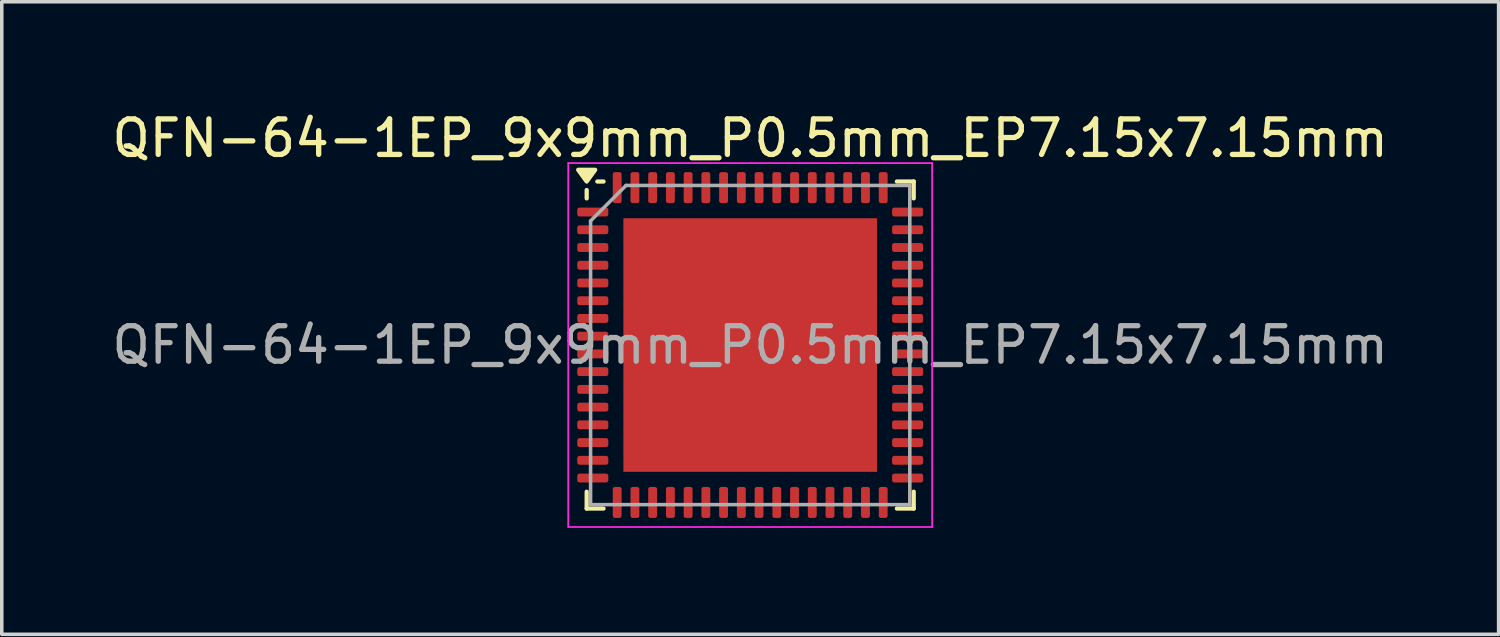
<source format=kicad_pcb>
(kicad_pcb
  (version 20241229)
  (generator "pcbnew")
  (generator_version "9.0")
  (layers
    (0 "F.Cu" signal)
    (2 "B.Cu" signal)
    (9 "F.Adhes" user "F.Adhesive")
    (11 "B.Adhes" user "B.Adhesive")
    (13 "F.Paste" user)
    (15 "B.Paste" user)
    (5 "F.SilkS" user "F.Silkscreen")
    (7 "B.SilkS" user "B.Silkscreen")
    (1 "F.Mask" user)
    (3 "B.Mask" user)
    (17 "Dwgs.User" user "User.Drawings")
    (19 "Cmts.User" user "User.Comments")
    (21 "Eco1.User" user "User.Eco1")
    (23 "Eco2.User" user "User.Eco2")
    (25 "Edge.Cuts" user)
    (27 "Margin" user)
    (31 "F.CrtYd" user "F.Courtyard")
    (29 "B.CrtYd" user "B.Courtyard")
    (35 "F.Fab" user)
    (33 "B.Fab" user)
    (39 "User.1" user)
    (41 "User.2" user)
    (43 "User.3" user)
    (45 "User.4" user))
  (footprint "QFN-64-1EP_9x9mm_P0.5mm_EP7.15x7.15mm"
    (layer "F.Cu")
    (at 18.101 6.678)
    (property "Reference" "QFN-64-1EP_9x9mm_P0.5mm_EP7.15x7.15mm" (at 0 -5.83 0) (layer "F.SilkS") (effects (font (size 1 1) (thickness 0.15))))
    (attr smd)
    (fp_line (start -4.61 -4.135) (end -4.61 -4.37) (stroke (width 0.12) (type solid)) (layer "F.SilkS"))
    (fp_line (start -4.61 4.61) (end -4.61 4.135) (stroke (width 0.12) (type solid)) (layer "F.SilkS"))
    (fp_line (start -4.135 -4.61) (end -4.31 -4.61) (stroke (width 0.12) (type solid)) (layer "F.SilkS"))
    (fp_line (start -4.135 4.61) (end -4.61 4.61) (stroke (width 0.12) (type solid)) (layer "F.SilkS"))
    (fp_line (start 4.135 -4.61) (end 4.61 -4.61) (stroke (width 0.12) (type solid)) (layer "F.SilkS"))
    (fp_line (start 4.135 4.61) (end 4.61 4.61) (stroke (width 0.12) (type solid)) (layer "F.SilkS"))
    (fp_line (start 4.61 -4.61) (end 4.61 -4.135) (stroke (width 0.12) (type solid)) (layer "F.SilkS"))
    (fp_line (start 4.61 4.61) (end 4.61 4.135) (stroke (width 0.12) (type solid)) (layer "F.SilkS"))
    (fp_poly (pts (xy -4.61 -4.61) (xy -4.85 -4.94) (xy -4.37 -4.94) (xy -4.61 -4.61)) (stroke (width 0.12) (type solid)) (fill yes) (layer "F.SilkS"))
    (fp_line (start -5.13 -5.13) (end -5.13 5.13) (stroke (width 0.05) (type solid)) (layer "F.CrtYd"))
    (fp_line (start -5.13 5.13) (end 5.13 5.13) (stroke (width 0.05) (type solid)) (layer "F.CrtYd"))
    (fp_line (start 5.13 -5.13) (end -5.13 -5.13) (stroke (width 0.05) (type solid)) (layer "F.CrtYd"))
    (fp_line (start 5.13 5.13) (end 5.13 -5.13) (stroke (width 0.05) (type solid)) (layer "F.CrtYd"))
    (fp_line (start -4.5 -3.5) (end -3.5 -4.5) (stroke (width 0.1) (type solid)) (layer "F.Fab"))
    (fp_line (start -4.5 4.5) (end -4.5 -3.5) (stroke (width 0.1) (type solid)) (layer "F.Fab"))
    (fp_line (start -3.5 -4.5) (end 4.5 -4.5) (stroke (width 0.1) (type solid)) (layer "F.Fab"))
    (fp_line (start 4.5 -4.5) (end 4.5 4.5) (stroke (width 0.1) (type solid)) (layer "F.Fab"))
    (fp_line (start 4.5 4.5) (end -4.5 4.5) (stroke (width 0.1) (type solid)) (layer "F.Fab"))
    (fp_text user "${REFERENCE}" (at 0 0 0) (layer "F.Fab") (effects (font (size 1 1) (thickness 0.15))))
    (pad "" smd roundrect (at -2.86 -2.86) (size 1.15 1.15) (layers "F.Paste") (roundrect_rratio 0.217))
    (pad "" smd roundrect (at -2.86 -1.43) (size 1.15 1.15) (layers "F.Paste") (roundrect_rratio 0.217))
    (pad "" smd roundrect (at -2.86 0) (size 1.15 1.15) (layers "F.Paste") (roundrect_rratio 0.217))
    (pad "" smd roundrect (at -2.86 1.43) (size 1.15 1.15) (layers "F.Paste") (roundrect_rratio 0.217))
    (pad "" smd roundrect (at -2.86 2.86) (size 1.15 1.15) (layers "F.Paste") (roundrect_rratio 0.217))
    (pad "" smd roundrect (at -1.43 -2.86) (size 1.15 1.15) (layers "F.Paste") (roundrect_rratio 0.217))
    (pad "" smd roundrect (at -1.43 -1.43) (size 1.15 1.15) (layers "F.Paste") (roundrect_rratio 0.217))
    (pad "" smd roundrect (at -1.43 0) (size 1.15 1.15) (layers "F.Paste") (roundrect_rratio 0.217))
    (pad "" smd roundrect (at -1.43 1.43) (size 1.15 1.15) (layers "F.Paste") (roundrect_rratio 0.217))
    (pad "" smd roundrect (at -1.43 2.86) (size 1.15 1.15) (layers "F.Paste") (roundrect_rratio 0.217))
    (pad "" smd roundrect (at 0 -2.86) (size 1.15 1.15) (layers "F.Paste") (roundrect_rratio 0.217))
    (pad "" smd roundrect (at 0 -1.43) (size 1.15 1.15) (layers "F.Paste") (roundrect_rratio 0.217))
    (pad "" smd roundrect (at 0 0) (size 1.15 1.15) (layers "F.Paste") (roundrect_rratio 0.217))
    (pad "" smd roundrect (at 0 1.43) (size 1.15 1.15) (layers "F.Paste") (roundrect_rratio 0.217))
    (pad "" smd roundrect (at 0 2.86) (size 1.15 1.15) (layers "F.Paste") (roundrect_rratio 0.217))
    (pad "" smd roundrect (at 1.43 -2.86) (size 1.15 1.15) (layers "F.Paste") (roundrect_rratio 0.217))
    (pad "" smd roundrect (at 1.43 -1.43) (size 1.15 1.15) (layers "F.Paste") (roundrect_rratio 0.217))
    (pad "" smd roundrect (at 1.43 0) (size 1.15 1.15) (layers "F.Paste") (roundrect_rratio 0.217))
    (pad "" smd roundrect (at 1.43 1.43) (size 1.15 1.15) (layers "F.Paste") (roundrect_rratio 0.217))
    (pad "" smd roundrect (at 1.43 2.86) (size 1.15 1.15) (layers "F.Paste") (roundrect_rratio 0.217))
    (pad "" smd roundrect (at 2.86 -2.86) (size 1.15 1.15) (layers "F.Paste") (roundrect_rratio 0.217))
    (pad "" smd roundrect (at 2.86 -1.43) (size 1.15 1.15) (layers "F.Paste") (roundrect_rratio 0.217))
    (pad "" smd roundrect (at 2.86 0) (size 1.15 1.15) (layers "F.Paste") (roundrect_rratio 0.217))
    (pad "" smd roundrect (at 2.86 1.43) (size 1.15 1.15) (layers "F.Paste") (roundrect_rratio 0.217))
    (pad "" smd roundrect (at 2.86 2.86) (size 1.15 1.15) (layers "F.Paste") (roundrect_rratio 0.217))
    (pad "1" smd roundrect (at -4.438 -3.75) (size 0.875 0.25) (layers "F.Cu" "F.Mask" "F.Paste") (roundrect_rratio 0.25))
    (pad "2" smd roundrect (at -4.438 -3.25) (size 0.875 0.25) (layers "F.Cu" "F.Mask" "F.Paste") (roundrect_rratio 0.25))
    (pad "3" smd roundrect (at -4.438 -2.75) (size 0.875 0.25) (layers "F.Cu" "F.Mask" "F.Paste") (roundrect_rratio 0.25))
    (pad "4" smd roundrect (at -4.438 -2.25) (size 0.875 0.25) (layers "F.Cu" "F.Mask" "F.Paste") (roundrect_rratio 0.25))
    (pad "5" smd roundrect (at -4.438 -1.75) (size 0.875 0.25) (layers "F.Cu" "F.Mask" "F.Paste") (roundrect_rratio 0.25))
    (pad "6" smd roundrect (at -4.438 -1.25) (size 0.875 0.25) (layers "F.Cu" "F.Mask" "F.Paste") (roundrect_rratio 0.25))
    (pad "7" smd roundrect (at -4.438 -0.75) (size 0.875 0.25) (layers "F.Cu" "F.Mask" "F.Paste") (roundrect_rratio 0.25))
    (pad "8" smd roundrect (at -4.438 -0.25) (size 0.875 0.25) (layers "F.Cu" "F.Mask" "F.Paste") (roundrect_rratio 0.25))
    (pad "9" smd roundrect (at -4.438 0.25) (size 0.875 0.25) (layers "F.Cu" "F.Mask" "F.Paste") (roundrect_rratio 0.25))
    (pad "10" smd roundrect (at -4.438 0.75) (size 0.875 0.25) (layers "F.Cu" "F.Mask" "F.Paste") (roundrect_rratio 0.25))
    (pad "11" smd roundrect (at -4.438 1.25) (size 0.875 0.25) (layers "F.Cu" "F.Mask" "F.Paste") (roundrect_rratio 0.25))
    (pad "12" smd roundrect (at -4.438 1.75) (size 0.875 0.25) (layers "F.Cu" "F.Mask" "F.Paste") (roundrect_rratio 0.25))
    (pad "13" smd roundrect (at -4.438 2.25) (size 0.875 0.25) (layers "F.Cu" "F.Mask" "F.Paste") (roundrect_rratio 0.25))
    (pad "14" smd roundrect (at -4.438 2.75) (size 0.875 0.25) (layers "F.Cu" "F.Mask" "F.Paste") (roundrect_rratio 0.25))
    (pad "15" smd roundrect (at -4.438 3.25) (size 0.875 0.25) (layers "F.Cu" "F.Mask" "F.Paste") (roundrect_rratio 0.25))
    (pad "16" smd roundrect (at -4.438 3.75) (size 0.875 0.25) (layers "F.Cu" "F.Mask" "F.Paste") (roundrect_rratio 0.25))
    (pad "17" smd roundrect (at -3.75 4.438) (size 0.25 0.875) (layers "F.Cu" "F.Mask" "F.Paste") (roundrect_rratio 0.25))
    (pad "18" smd roundrect (at -3.25 4.438) (size 0.25 0.875) (layers "F.Cu" "F.Mask" "F.Paste") (roundrect_rratio 0.25))
    (pad "19" smd roundrect (at -2.75 4.438) (size 0.25 0.875) (layers "F.Cu" "F.Mask" "F.Paste") (roundrect_rratio 0.25))
    (pad "20" smd roundrect (at -2.25 4.438) (size 0.25 0.875) (layers "F.Cu" "F.Mask" "F.Paste") (roundrect_rratio 0.25))
    (pad "21" smd roundrect (at -1.75 4.438) (size 0.25 0.875) (layers "F.Cu" "F.Mask" "F.Paste") (roundrect_rratio 0.25))
    (pad "22" smd roundrect (at -1.25 4.438) (size 0.25 0.875) (layers "F.Cu" "F.Mask" "F.Paste") (roundrect_rratio 0.25))
    (pad "23" smd roundrect (at -0.75 4.438) (size 0.25 0.875) (layers "F.Cu" "F.Mask" "F.Paste") (roundrect_rratio 0.25))
    (pad "24" smd roundrect (at -0.25 4.438) (size 0.25 0.875) (layers "F.Cu" "F.Mask" "F.Paste") (roundrect_rratio 0.25))
    (pad "25" smd roundrect (at 0.25 4.438) (size 0.25 0.875) (layers "F.Cu" "F.Mask" "F.Paste") (roundrect_rratio 0.25))
    (pad "26" smd roundrect (at 0.75 4.438) (size 0.25 0.875) (layers "F.Cu" "F.Mask" "F.Paste") (roundrect_rratio 0.25))
    (pad "27" smd roundrect (at 1.25 4.438) (size 0.25 0.875) (layers "F.Cu" "F.Mask" "F.Paste") (roundrect_rratio 0.25))
    (pad "28" smd roundrect (at 1.75 4.438) (size 0.25 0.875) (layers "F.Cu" "F.Mask" "F.Paste") (roundrect_rratio 0.25))
    (pad "29" smd roundrect (at 2.25 4.438) (size 0.25 0.875) (layers "F.Cu" "F.Mask" "F.Paste") (roundrect_rratio 0.25))
    (pad "30" smd roundrect (at 2.75 4.438) (size 0.25 0.875) (layers "F.Cu" "F.Mask" "F.Paste") (roundrect_rratio 0.25))
    (pad "31" smd roundrect (at 3.25 4.438) (size 0.25 0.875) (layers "F.Cu" "F.Mask" "F.Paste") (roundrect_rratio 0.25))
    (pad "32" smd roundrect (at 3.75 4.438) (size 0.25 0.875) (layers "F.Cu" "F.Mask" "F.Paste") (roundrect_rratio 0.25))
    (pad "33" smd roundrect (at 4.438 3.75) (size 0.875 0.25) (layers "F.Cu" "F.Mask" "F.Paste") (roundrect_rratio 0.25))
    (pad "34" smd roundrect (at 4.438 3.25) (size 0.875 0.25) (layers "F.Cu" "F.Mask" "F.Paste") (roundrect_rratio 0.25))
    (pad "35" smd roundrect (at 4.438 2.75) (size 0.875 0.25) (layers "F.Cu" "F.Mask" "F.Paste") (roundrect_rratio 0.25))
    (pad "36" smd roundrect (at 4.438 2.25) (size 0.875 0.25) (layers "F.Cu" "F.Mask" "F.Paste") (roundrect_rratio 0.25))
    (pad "37" smd roundrect (at 4.438 1.75) (size 0.875 0.25) (layers "F.Cu" "F.Mask" "F.Paste") (roundrect_rratio 0.25))
    (pad "38" smd roundrect (at 4.438 1.25) (size 0.875 0.25) (layers "F.Cu" "F.Mask" "F.Paste") (roundrect_rratio 0.25))
    (pad "39" smd roundrect (at 4.438 0.75) (size 0.875 0.25) (layers "F.Cu" "F.Mask" "F.Paste") (roundrect_rratio 0.25))
    (pad "40" smd roundrect (at 4.438 0.25) (size 0.875 0.25) (layers "F.Cu" "F.Mask" "F.Paste") (roundrect_rratio 0.25))
    (pad "41" smd roundrect (at 4.438 -0.25) (size 0.875 0.25) (layers "F.Cu" "F.Mask" "F.Paste") (roundrect_rratio 0.25))
    (pad "42" smd roundrect (at 4.438 -0.75) (size 0.875 0.25) (layers "F.Cu" "F.Mask" "F.Paste") (roundrect_rratio 0.25))
    (pad "43" smd roundrect (at 4.438 -1.25) (size 0.875 0.25) (layers "F.Cu" "F.Mask" "F.Paste") (roundrect_rratio 0.25))
    (pad "44" smd roundrect (at 4.438 -1.75) (size 0.875 0.25) (layers "F.Cu" "F.Mask" "F.Paste") (roundrect_rratio 0.25))
    (pad "45" smd roundrect (at 4.438 -2.25) (size 0.875 0.25) (layers "F.Cu" "F.Mask" "F.Paste") (roundrect_rratio 0.25))
    (pad "46" smd roundrect (at 4.438 -2.75) (size 0.875 0.25) (layers "F.Cu" "F.Mask" "F.Paste") (roundrect_rratio 0.25))
    (pad "47" smd roundrect (at 4.438 -3.25) (size 0.875 0.25) (layers "F.Cu" "F.Mask" "F.Paste") (roundrect_rratio 0.25))
    (pad "48" smd roundrect (at 4.438 -3.75) (size 0.875 0.25) (layers "F.Cu" "F.Mask" "F.Paste") (roundrect_rratio 0.25))
    (pad "49" smd roundrect (at 3.75 -4.438) (size 0.25 0.875) (layers "F.Cu" "F.Mask" "F.Paste") (roundrect_rratio 0.25))
    (pad "50" smd roundrect (at 3.25 -4.438) (size 0.25 0.875) (layers "F.Cu" "F.Mask" "F.Paste") (roundrect_rratio 0.25))
    (pad "51" smd roundrect (at 2.75 -4.438) (size 0.25 0.875) (layers "F.Cu" "F.Mask" "F.Paste") (roundrect_rratio 0.25))
    (pad "52" smd roundrect (at 2.25 -4.438) (size 0.25 0.875) (layers "F.Cu" "F.Mask" "F.Paste") (roundrect_rratio 0.25))
    (pad "53" smd roundrect (at 1.75 -4.438) (size 0.25 0.875) (layers "F.Cu" "F.Mask" "F.Paste") (roundrect_rratio 0.25))
    (pad "54" smd roundrect (at 1.25 -4.438) (size 0.25 0.875) (layers "F.Cu" "F.Mask" "F.Paste") (roundrect_rratio 0.25))
    (pad "55" smd roundrect (at 0.75 -4.438) (size 0.25 0.875) (layers "F.Cu" "F.Mask" "F.Paste") (roundrect_rratio 0.25))
    (pad "56" smd roundrect (at 0.25 -4.438) (size 0.25 0.875) (layers "F.Cu" "F.Mask" "F.Paste") (roundrect_rratio 0.25))
    (pad "57" smd roundrect (at -0.25 -4.438) (size 0.25 0.875) (layers "F.Cu" "F.Mask" "F.Paste") (roundrect_rratio 0.25))
    (pad "58" smd roundrect (at -0.75 -4.438) (size 0.25 0.875) (layers "F.Cu" "F.Mask" "F.Paste") (roundrect_rratio 0.25))
    (pad "59" smd roundrect (at -1.25 -4.438) (size 0.25 0.875) (layers "F.Cu" "F.Mask" "F.Paste") (roundrect_rratio 0.25))
    (pad "60" smd roundrect (at -1.75 -4.438) (size 0.25 0.875) (layers "F.Cu" "F.Mask" "F.Paste") (roundrect_rratio 0.25))
    (pad "61" smd roundrect (at -2.25 -4.438) (size 0.25 0.875) (layers "F.Cu" "F.Mask" "F.Paste") (roundrect_rratio 0.25))
    (pad "62" smd roundrect (at -2.75 -4.438) (size 0.25 0.875) (layers "F.Cu" "F.Mask" "F.Paste") (roundrect_rratio 0.25))
    (pad "63" smd roundrect (at -3.25 -4.438) (size 0.25 0.875) (layers "F.Cu" "F.Mask" "F.Paste") (roundrect_rratio 0.25))
    (pad "64" smd roundrect (at -3.75 -4.438) (size 0.25 0.875) (layers "F.Cu" "F.Mask" "F.Paste") (roundrect_rratio 0.25))
    (pad "65" smd rect (at 0 0) (size 7.15 7.15) (property pad_prop_heatsink) (layers "F.Cu" "F.Mask")))
  (gr_rect
    (start -3 -3)
    (end 39.202 14.833)
    (stroke (width 0.1) (type default))
    (fill no)
    (layer "Edge.Cuts")))
</source>
